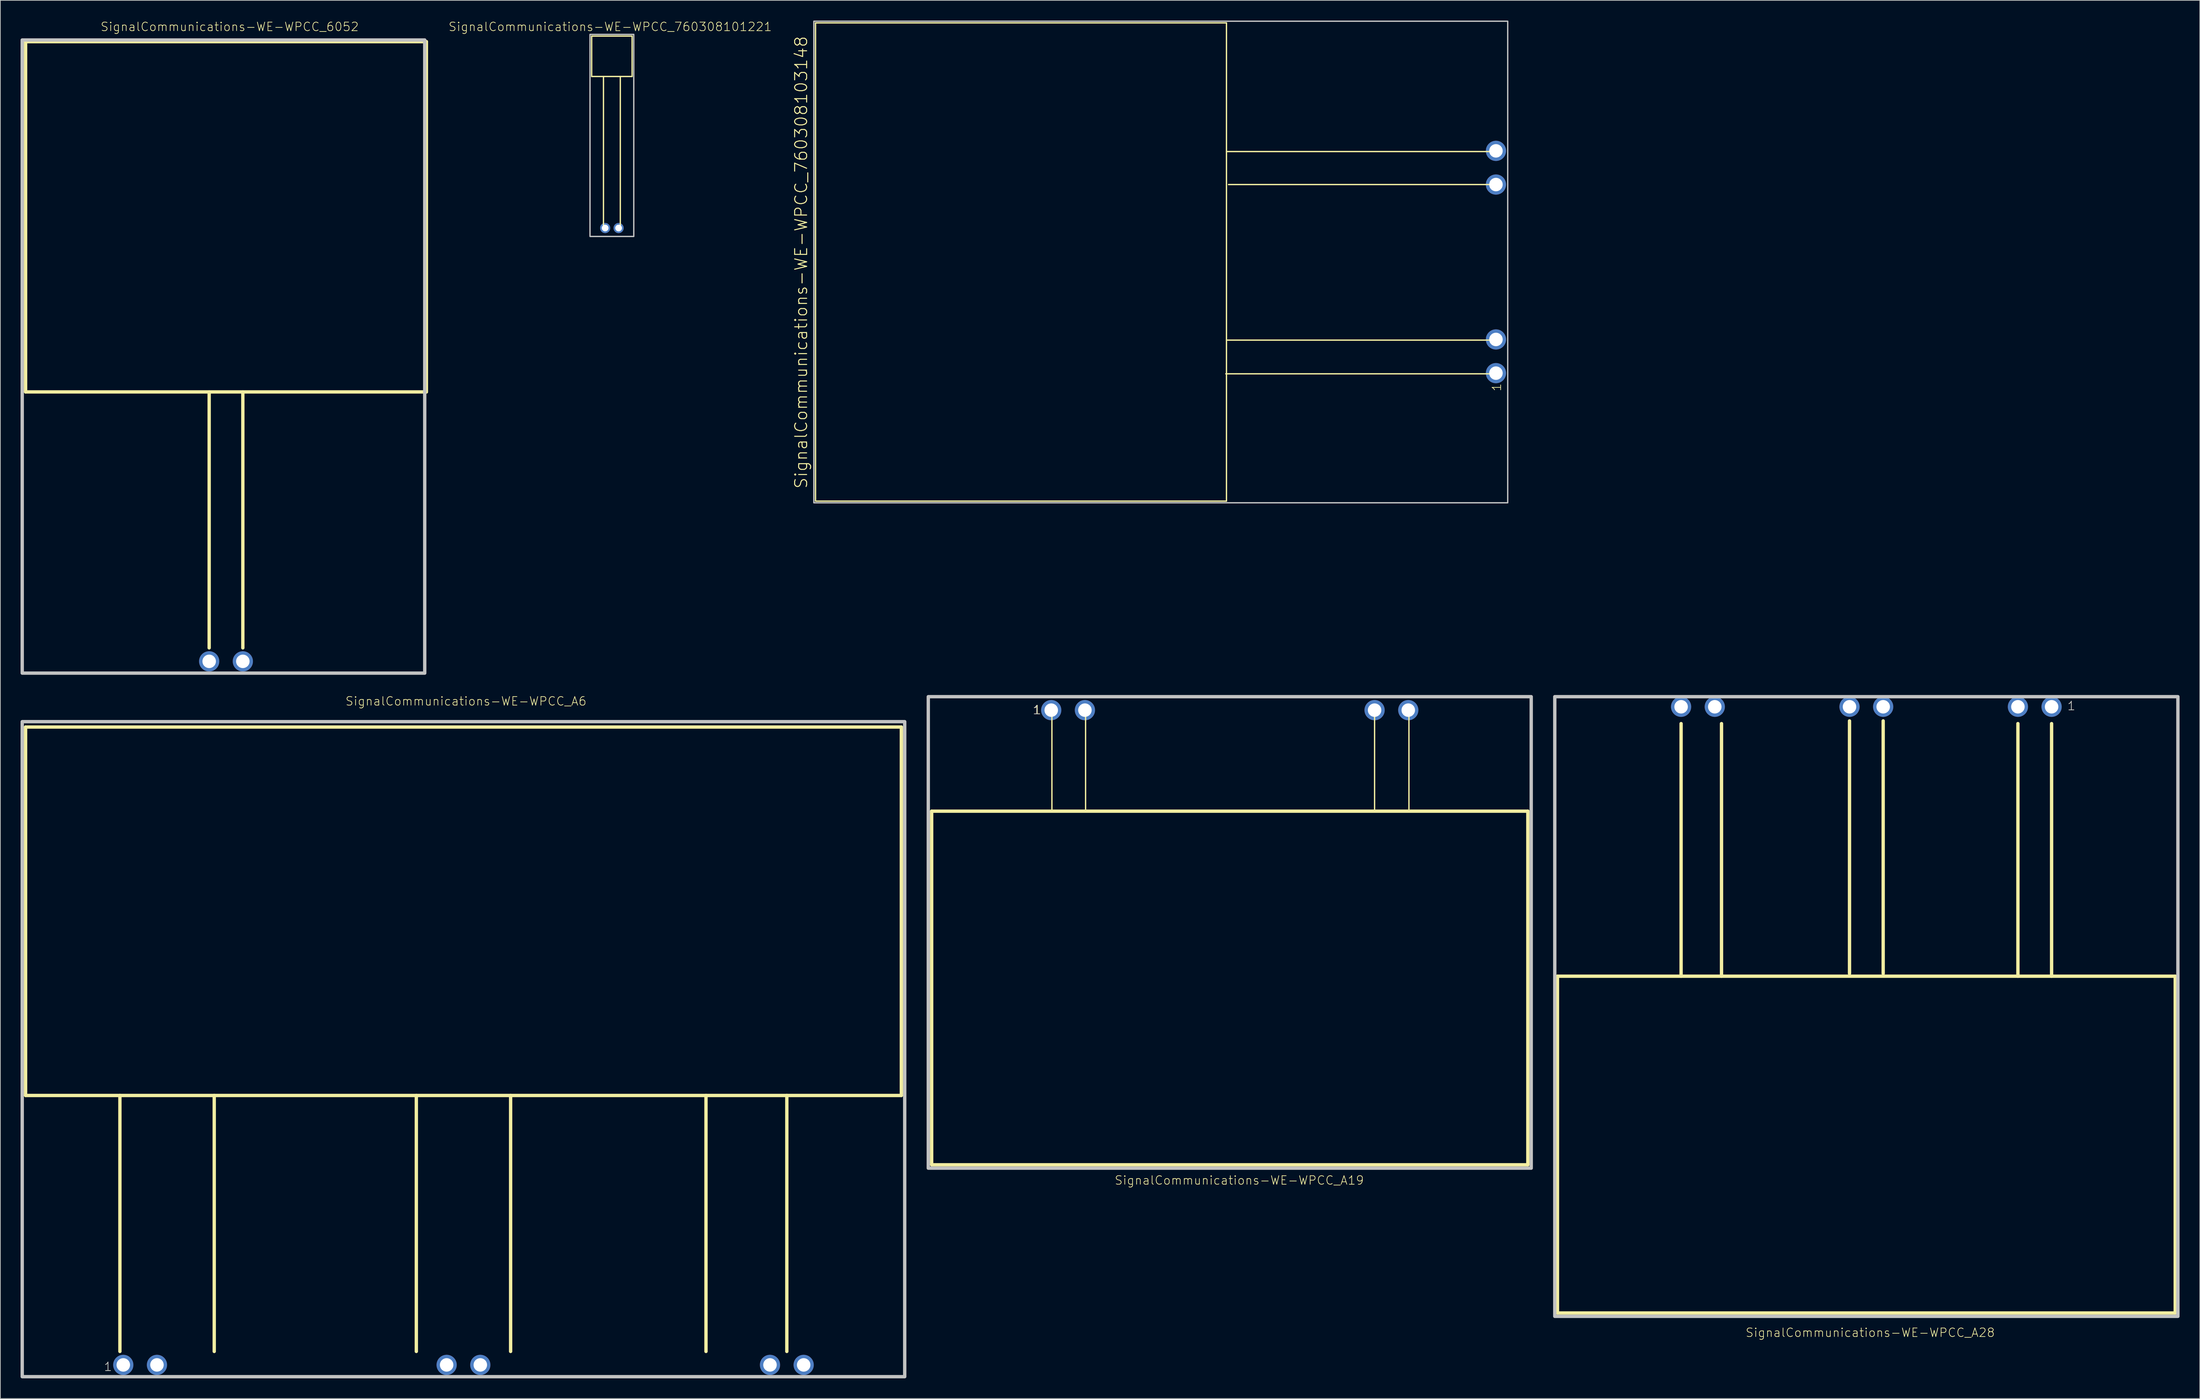
<source format=kicad_pcb>
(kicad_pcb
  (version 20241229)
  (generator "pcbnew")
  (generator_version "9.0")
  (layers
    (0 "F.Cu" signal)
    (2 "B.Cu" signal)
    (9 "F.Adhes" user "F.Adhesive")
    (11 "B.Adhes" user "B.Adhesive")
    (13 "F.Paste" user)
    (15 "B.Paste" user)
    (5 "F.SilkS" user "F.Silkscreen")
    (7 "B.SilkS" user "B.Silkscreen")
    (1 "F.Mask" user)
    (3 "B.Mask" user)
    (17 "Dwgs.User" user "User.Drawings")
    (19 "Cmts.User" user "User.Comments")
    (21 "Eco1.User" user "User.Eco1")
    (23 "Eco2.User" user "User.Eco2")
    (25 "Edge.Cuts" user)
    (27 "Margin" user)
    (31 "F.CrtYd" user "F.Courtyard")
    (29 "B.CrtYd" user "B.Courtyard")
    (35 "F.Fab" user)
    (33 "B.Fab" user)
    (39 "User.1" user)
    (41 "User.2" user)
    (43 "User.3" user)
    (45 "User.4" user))
  (footprint "SignalCommunications-WE-WPCC_6052"
    (layer "F.Cu")
    (at 30.498 95.135)
    (property "Reference" "SignalCommunications-WE-WPCC_6052" (at 0.544 -94.214 0) (layer "F.SilkS") (effects (font (size 1.27 1.27) (thickness 0.102))))
    (attr exclude_from_pos_files exclude_from_bom)
    (fp_line (start -29.748 -91.999) (end 29.748 -91.999) (stroke (width 0.498) (type solid)) (layer "F.SilkS"))
    (fp_line (start -29.748 -40) (end -29.748 -91.999) (stroke (width 0.498) (type solid)) (layer "F.SilkS"))
    (fp_line (start -2.499 -1.999) (end -2.499 -40) (stroke (width 0.498) (type solid)) (layer "F.SilkS"))
    (fp_line (start 2.499 -1.999) (end 2.499 -40) (stroke (width 0.498) (type solid)) (layer "F.SilkS"))
    (fp_line (start 29.748 -91.999) (end 29.748 -40) (stroke (width 0.498) (type solid)) (layer "F.SilkS"))
    (fp_line (start 29.748 -40) (end -29.748 -40) (stroke (width 0.498) (type solid)) (layer "F.SilkS"))
    (fp_poly (pts (xy -30.249 -92.248) (xy 29.5 -92.248) (xy 29.5 1.748) (xy -30.249 1.748) (xy -30.249 -92.248)) (stroke (width 0.498) (type solid)) (fill no) (layer "Dwgs.User"))
    (pad "1" thru_hole circle (at -2.499 0) (size 3 3) (drill 1.999) (layers "*.Cu" "*.Paste" "*.Mask"))
    (pad "2" thru_hole circle (at 2.499 0) (size 3 3) (drill 1.999) (layers "*.Cu" "*.Paste" "*.Mask")))
  (footprint "SignalCommunications-WE-WPCC_760308101221"
    (layer "F.Cu")
    (at 87.779 30.804)
    (property "Reference" "SignalCommunications-WE-WPCC_760308101221" (at -0.249 -29.883 0) (layer "F.SilkS") (effects (font (size 1.27 1.27) (thickness 0.102))))
    (attr exclude_from_pos_files exclude_from_bom)
    (fp_line (start -3 -28.499) (end 3 -28.499) (stroke (width 0.198) (type solid)) (layer "F.SilkS"))
    (fp_line (start -3 -22.499) (end -3 -28.499) (stroke (width 0.198) (type solid)) (layer "F.SilkS"))
    (fp_line (start -1.25 0) (end -1.25 -22.499) (stroke (width 0.198) (type solid)) (layer "F.SilkS"))
    (fp_line (start 1.25 0) (end 1.25 -22.499) (stroke (width 0.198) (type solid)) (layer "F.SilkS"))
    (fp_line (start 3 -28.499) (end 3 -22.499) (stroke (width 0.198) (type solid)) (layer "F.SilkS"))
    (fp_line (start 3 -22.499) (end -3 -22.499) (stroke (width 0.198) (type solid)) (layer "F.SilkS"))
    (fp_poly (pts (xy -3.249 -28.748) (xy 3.249 -28.748) (xy 3.249 1.25) (xy -3.249 1.25) (xy -3.249 -28.748)) (stroke (width 0.198) (type solid)) (fill no) (layer "Dwgs.User"))
    (pad "1" thru_hole circle (at -0.998 0) (size 1.506 1.506) (drill 0.998) (layers "*.Cu" "*.Paste" "*.Mask"))
    (pad "2" thru_hole circle (at 0.998 0) (size 1.506 1.506) (drill 0.998) (layers "*.Cu" "*.Paste" "*.Mask")))
  (footprint "SignalCommunications-WE-WPCC_A6"
    (layer "F.Cu")
    (at 65.748 199.587)
    (property "Reference" "SignalCommunications-WE-WPCC_A6" (at 0.373 -98.534 0) (layer "F.SilkS") (effects (font (size 1.27 1.27) (thickness 0.102))))
    (attr exclude_from_pos_files exclude_from_bom)
    (fp_line (start -64.999 -94.699) (end 64.999 -94.699) (stroke (width 0.498) (type solid)) (layer "F.SilkS"))
    (fp_line (start -64.999 -40) (end -64.999 -94.699) (stroke (width 0.498) (type solid)) (layer "F.SilkS"))
    (fp_line (start -50.998 -40) (end -64.999 -40) (stroke (width 0.498) (type solid)) (layer "F.SilkS"))
    (fp_line (start -50.998 -1.999) (end -50.998 -40) (stroke (width 0.498) (type solid)) (layer "F.SilkS"))
    (fp_line (start -36.998 -40) (end -50.998 -40) (stroke (width 0.498) (type solid)) (layer "F.SilkS"))
    (fp_line (start -36.998 -1.999) (end -36.998 -40) (stroke (width 0.498) (type solid)) (layer "F.SilkS"))
    (fp_line (start -6.998 -40) (end -36.998 -40) (stroke (width 0.498) (type solid)) (layer "F.SilkS"))
    (fp_line (start -6.998 -1.999) (end -6.998 -40) (stroke (width 0.498) (type solid)) (layer "F.SilkS"))
    (fp_line (start 6.998 -40) (end -6.998 -40) (stroke (width 0.498) (type solid)) (layer "F.SilkS"))
    (fp_line (start 6.998 -1.999) (end 6.998 -40) (stroke (width 0.498) (type solid)) (layer "F.SilkS"))
    (fp_line (start 35.999 -40) (end 6.998 -40) (stroke (width 0.498) (type solid)) (layer "F.SilkS"))
    (fp_line (start 35.999 -1.999) (end 35.999 -40) (stroke (width 0.498) (type solid)) (layer "F.SilkS"))
    (fp_line (start 47.998 -40) (end 35.999 -40) (stroke (width 0.498) (type solid)) (layer "F.SilkS"))
    (fp_line (start 47.998 -1.999) (end 47.998 -40) (stroke (width 0.498) (type solid)) (layer "F.SilkS"))
    (fp_line (start 64.999 -94.699) (end 64.999 -40) (stroke (width 0.498) (type solid)) (layer "F.SilkS"))
    (fp_line (start 64.999 -40) (end 47.998 -40) (stroke (width 0.498) (type solid)) (layer "F.SilkS"))
    (fp_poly (pts (xy -65.499 -95.499) (xy 65.499 -95.499) (xy 65.499 1.748) (xy -65.499 1.748) (xy -65.499 -95.499)) (stroke (width 0.498) (type solid)) (fill no) (layer "Dwgs.User"))
    (fp_text user "1" (at -52.763 0.264 0) (layer "F.SilkS") (effects (font (size 1.27 1.27) (thickness 0.102))))
    (fp_text user "1" (at -52.763 0.264 0) (layer "Dwgs.User") (effects (font (size 1.27 1.27) (thickness 0.102))))
    (pad "1" thru_hole circle (at -50.498 0) (size 3 3) (drill 1.999) (layers "*.Cu" "*.Paste" "*.Mask"))
    (pad "2" thru_hole circle (at -45.499 0) (size 3 3) (drill 1.999) (layers "*.Cu" "*.Paste" "*.Mask"))
    (pad "3" thru_hole circle (at -2.499 0) (size 3 3) (drill 1.999) (layers "*.Cu" "*.Paste" "*.Mask"))
    (pad "4" thru_hole circle (at 2.499 0) (size 3 3) (drill 1.999) (layers "*.Cu" "*.Paste" "*.Mask"))
    (pad "5" thru_hole circle (at 45.499 0) (size 3 3) (drill 1.999) (layers "*.Cu" "*.Paste" "*.Mask"))
    (pad "6" thru_hole circle (at 50.498 0) (size 3 3) (drill 1.999) (layers "*.Cu" "*.Paste" "*.Mask")))
  (footprint "SignalCommunications-WE-WPCC_A19"
    (layer "F.Cu")
    (at 179.494 102.379)
    (property "Reference" "SignalCommunications-WE-WPCC_A19" (at 1.415 69.804 0) (layer "F.SilkS") (effects (font (size 1.27 1.27) (thickness 0.102))))
    (attr exclude_from_pos_files exclude_from_bom)
    (fp_line (start -44.249 14.999) (end 44.249 14.999) (stroke (width 0.498) (type solid)) (layer "F.SilkS"))
    (fp_line (start -44.249 67.498) (end -44.249 14.999) (stroke (width 0.498) (type solid)) (layer "F.SilkS"))
    (fp_line (start -26.5 0) (end -26.398 0) (stroke (width 0.198) (type solid)) (layer "F.SilkS"))
    (fp_line (start -26.398 0) (end -26.398 15.098) (stroke (width 0.198) (type solid)) (layer "F.SilkS"))
    (fp_line (start -21.399 0) (end -21.399 15.098) (stroke (width 0.198) (type solid)) (layer "F.SilkS"))
    (fp_line (start 21.499 0) (end 21.499 15.098) (stroke (width 0.198) (type solid)) (layer "F.SilkS"))
    (fp_line (start 26.599 0) (end 26.599 15.098) (stroke (width 0.198) (type solid)) (layer "F.SilkS"))
    (fp_line (start 44.249 14.999) (end 44.249 67.498) (stroke (width 0.498) (type solid)) (layer "F.SilkS"))
    (fp_line (start 44.249 67.498) (end -44.249 67.498) (stroke (width 0.498) (type solid)) (layer "F.SilkS"))
    (fp_poly (pts (xy 44.75 67.998) (xy -44.75 67.998) (xy -44.75 -1.999) (xy 44.75 -1.999) (xy 44.75 67.998)) (stroke (width 0.498) (type solid)) (fill no) (layer "Dwgs.User"))
    (fp_text user "1" (at -28.565 -0.033 0) (layer "F.SilkS") (effects (font (size 1.27 1.27) (thickness 0.102))))
    (fp_text user "1" (at -28.664 -0.033 0) (layer "Dwgs.User") (effects (font (size 1.27 1.27) (thickness 0.102))))
    (pad "1" thru_hole circle (at -26.5 0) (size 3 3) (drill 1.999) (layers "*.Cu" "*.Paste" "*.Mask"))
    (pad "2" thru_hole circle (at -21.499 0) (size 3 3) (drill 1.999) (layers "*.Cu" "*.Paste" "*.Mask"))
    (pad "3" thru_hole circle (at 21.499 0) (size 3 3) (drill 1.999) (layers "*.Cu" "*.Paste" "*.Mask"))
    (pad "4" thru_hole circle (at 26.5 0) (size 3 3) (drill 1.999) (layers "*.Cu" "*.Paste" "*.Mask")))
  (footprint "SignalCommunications-WE-WPCC_A28"
    (layer "F.Cu")
    (at 273.99 101.879)
    (property "Reference" "SignalCommunications-WE-WPCC_A28" (at 0.574 92.913 0) (layer "F.SilkS") (effects (font (size 1.27 1.27) (thickness 0.102))))
    (attr exclude_from_pos_files exclude_from_bom)
    (fp_line (start -45.85 40) (end -45.85 90) (stroke (width 0.498) (type solid)) (layer "F.SilkS"))
    (fp_line (start -45.85 90) (end 45.85 90) (stroke (width 0.498) (type solid)) (layer "F.SilkS"))
    (fp_line (start -27.498 2.499) (end -27.498 40) (stroke (width 0.498) (type solid)) (layer "F.SilkS"))
    (fp_line (start -27.498 40) (end -45.85 40) (stroke (width 0.498) (type solid)) (layer "F.SilkS"))
    (fp_line (start -21.499 2.499) (end -21.499 40) (stroke (width 0.498) (type solid)) (layer "F.SilkS"))
    (fp_line (start -21.499 40) (end -27.498 40) (stroke (width 0.498) (type solid)) (layer "F.SilkS"))
    (fp_line (start -2.499 2.098) (end -2.499 39.599) (stroke (width 0.498) (type solid)) (layer "F.SilkS"))
    (fp_line (start 2.499 2.098) (end 2.499 39.599) (stroke (width 0.498) (type solid)) (layer "F.SilkS"))
    (fp_line (start 22.499 2.499) (end 22.499 40) (stroke (width 0.498) (type solid)) (layer "F.SilkS"))
    (fp_line (start 22.499 40) (end -21.499 40) (stroke (width 0.498) (type solid)) (layer "F.SilkS"))
    (fp_line (start 27.498 2.499) (end 27.498 40) (stroke (width 0.498) (type solid)) (layer "F.SilkS"))
    (fp_line (start 27.498 40) (end 22.499 40) (stroke (width 0.498) (type solid)) (layer "F.SilkS"))
    (fp_line (start 45.85 40) (end 27.498 40) (stroke (width 0.498) (type solid)) (layer "F.SilkS"))
    (fp_line (start 45.85 90) (end 45.85 40) (stroke (width 0.498) (type solid)) (layer "F.SilkS"))
    (fp_poly (pts (xy -46.248 -1.499) (xy 46.248 -1.499) (xy 46.248 90.498) (xy -46.248 90.498) (xy -46.248 -1.499)) (stroke (width 0.498) (type solid)) (fill no) (layer "Dwgs.User"))
    (fp_text user "1" (at 30.434 -0.135 0) (layer "F.SilkS") (effects (font (size 1.27 1.27) (thickness 0.102))))
    (fp_text user "1" (at 30.434 -0.135 0) (layer "Dwgs.User") (effects (font (size 1.27 1.27) (thickness 0.102))))
    (pad "1" thru_hole circle (at 27.498 0) (size 3 3) (drill 1.999) (layers "*.Cu" "*.Paste" "*.Mask"))
    (pad "2" thru_hole circle (at 22.499 0) (size 3 3) (drill 1.999) (layers "*.Cu" "*.Paste" "*.Mask"))
    (pad "3" thru_hole circle (at 2.499 0) (size 3 3) (drill 1.999) (layers "*.Cu" "*.Paste" "*.Mask"))
    (pad "4" thru_hole circle (at -2.499 0) (size 3 3) (drill 1.999) (layers "*.Cu" "*.Paste" "*.Mask"))
    (pad "5" thru_hole circle (at -22.499 0) (size 3 3) (drill 1.999) (layers "*.Cu" "*.Paste" "*.Mask"))
    (pad "6" thru_hole circle (at -27.498 0) (size 3 3) (drill 1.999) (layers "*.Cu" "*.Paste" "*.Mask")))
  (footprint "SignalCommunications-WE-WPCC_760308103148"
    (layer "F.Cu")
    (at 219.008 35.847)
    (property "Reference" "SignalCommunications-WE-WPCC_760308103148" (at -103.137 0.053 90) (layer "F.SilkS") (effects (font (size 1.778 1.778) (thickness 0.152))))
    (attr exclude_from_pos_files exclude_from_bom)
    (fp_line (start -100.998 -35.499) (end -40 -35.499) (stroke (width 0.198) (type solid)) (layer "F.SilkS"))
    (fp_line (start -100.998 35.499) (end -100.998 -35.499) (stroke (width 0.198) (type solid)) (layer "F.SilkS"))
    (fp_line (start -40 -35.499) (end -40 35.499) (stroke (width 0.198) (type solid)) (layer "F.SilkS"))
    (fp_line (start -40 35.499) (end -100.998 35.499) (stroke (width 0.198) (type solid)) (layer "F.SilkS"))
    (fp_line (start -0.099 16.599) (end -40.099 16.599) (stroke (width 0.198) (type solid)) (layer "F.SilkS"))
    (fp_line (start 0 -16.398) (end -40 -16.398) (stroke (width 0.198) (type solid)) (layer "F.SilkS"))
    (fp_line (start 0 11.598) (end -40 11.598) (stroke (width 0.198) (type solid)) (layer "F.SilkS"))
    (fp_line (start 0.3 -11.499) (end -39.698 -11.499) (stroke (width 0.198) (type solid)) (layer "F.SilkS"))
    (fp_poly (pts (xy -101.249 -35.748) (xy 1.748 -35.748) (xy 1.748 35.748) (xy -101.249 35.748) (xy -101.249 -35.748)) (stroke (width 0.198) (type solid)) (fill no) (layer "Dwgs.User"))
    (fp_text user "1" (at 0.114 18.613 90) (layer "F.SilkS") (effects (font (size 1.27 1.27) (thickness 0.102))))
    (pad "1" thru_hole circle (at 0 16.5) (size 3 3) (drill 1.999) (layers "*.Cu" "*.Paste" "*.Mask"))
    (pad "2" thru_hole circle (at 0 11.499) (size 3 3) (drill 1.999) (layers "*.Cu" "*.Paste" "*.Mask"))
    (pad "3" thru_hole circle (at 0 -11.499) (size 3 3) (drill 1.999) (layers "*.Cu" "*.Paste" "*.Mask"))
    (pad "4" thru_hole circle (at 0 -16.5) (size 3 3) (drill 1.999) (layers "*.Cu" "*.Paste" "*.Mask")))
  (gr_rect
    (start -3 -3)
    (end 323.488 204.583)
    (stroke (width 0.1) (type default))
    (fill no)
    (layer "Edge.Cuts")))
</source>
